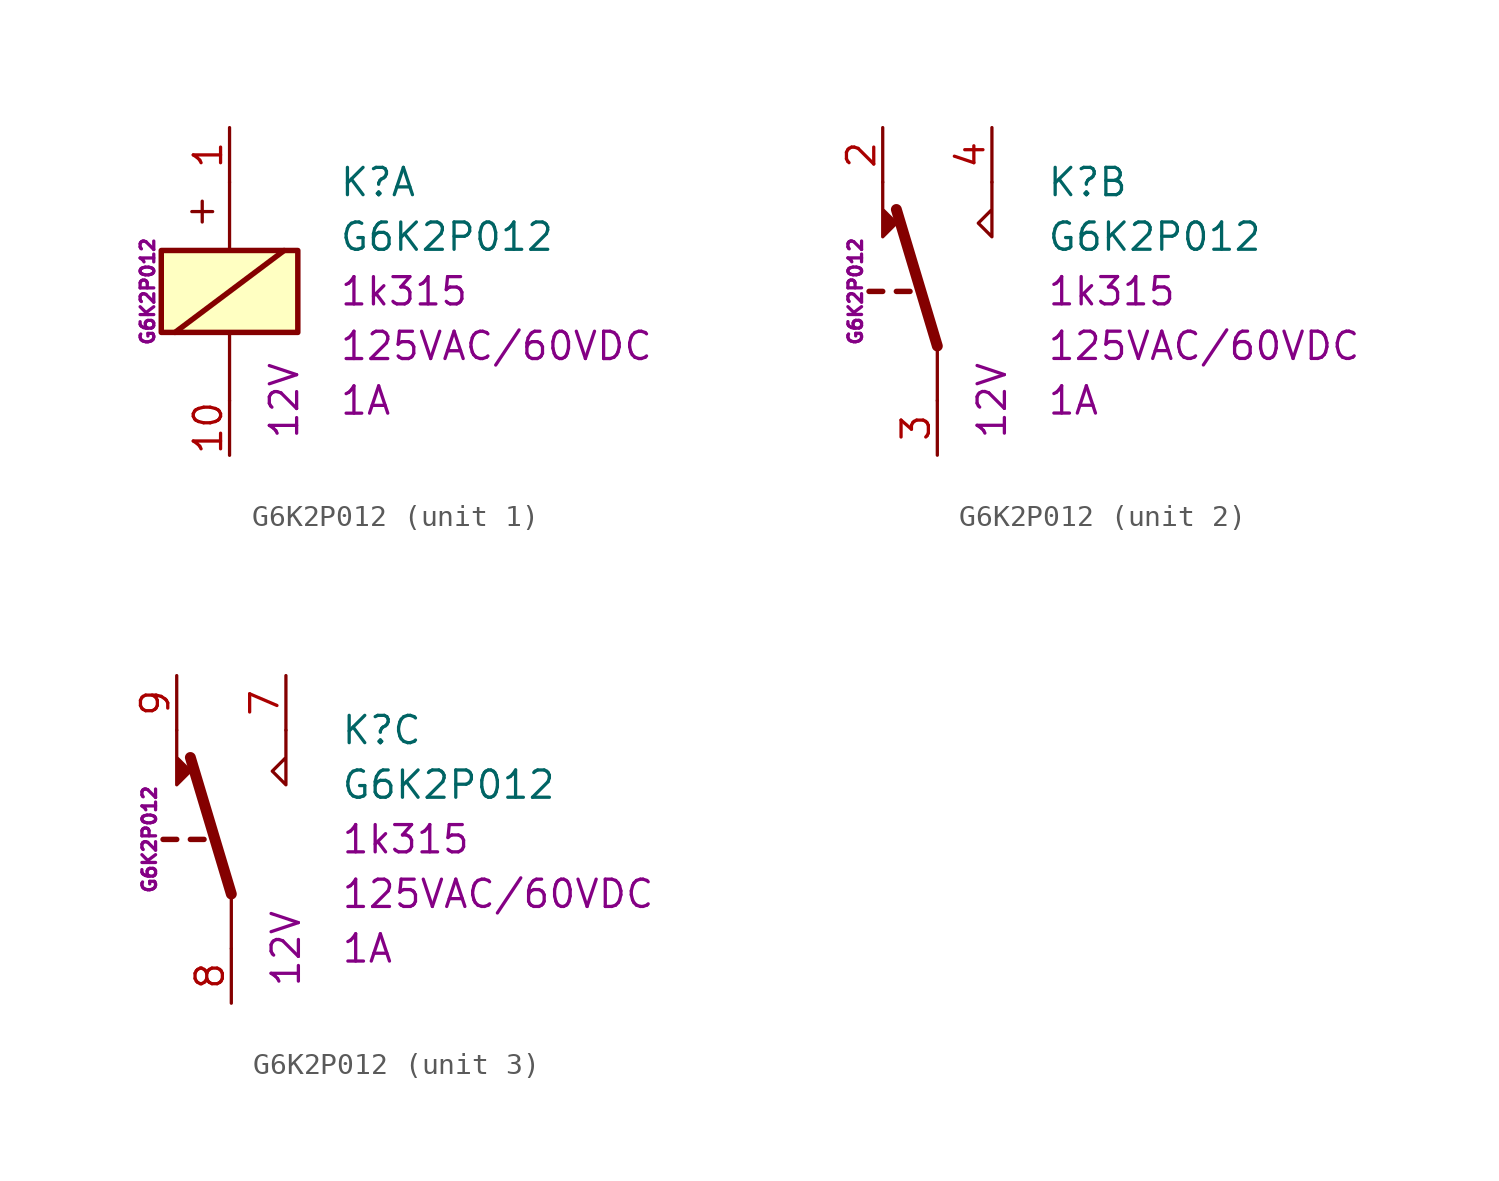
<source format=kicad_sym>
(kicad_symbol_lib
  (version 20231120)
  (generator "kicad_symbol_editor")
  (generator_version "8.0")
  (symbol "G6K2P012"
    (property "Reference" "K"
      (at 5.08 5.08 0)
      (effects (font (size 1.27 1.27)) (justify left)))
    (property "Value" "G6K2P012"
      (at 5.08 2.54 0)
      (effects (font (size 1.27 1.27)) (justify left)))
    (property "Coil.Voltage" "12V"
      (at 2.54 -5.08 90)
      (effects (font (size 1.27 1.27))))
    (property "Coil.Resistance" "1k315"
      (at 5.08 0 0)
      (effects (font (size 1.27 1.27)) (justify left)))
    (property "Switch.Voltage" "125VAC/60VDC"
      (at 5.08 -2.54 0)
      (effects (font (size 1.27 1.27)) (justify left)))
    (property "Switch.Current" "1A"
      (at 5.08 -5.08 0)
      (effects (font (size 1.27 1.27)) (justify left)))
    (property "MPN" "G6K2P012"
      (at -3.81 0 90)
      (effects (font (size 0.635 0.635))))
    (symbol "G6K2P012_1_0"
      (text "+" (at -1.27 3.81 0) (effects (font (size 1.27 1.27)))))
    (symbol "G6K2P012_1_1"
      (rectangle (start -3.175 1.905) (end 3.175 -1.905) (stroke (width 0.254) (type default)) (fill (type background)))
      (polyline (pts (xy -2.54 -1.905) (xy 2.54 1.905)) (stroke (width 0.254) (type default)) (fill (type none)))
      (polyline (pts (xy 0 -5.08) (xy 0 -1.905)) (stroke (width 0) (type default)) (fill (type none)))
      (polyline (pts (xy 0 5.08) (xy 0 1.905)) (stroke (width 0) (type default)) (fill (type none)))
      (pin passive line (at 0 7.62 270) (length 2.54) (name "~" (effects (font (size 1.27 1.27)))) (number "1" (effects (font (size 1.27 1.27)))))
      (pin passive line (at 0 -7.62 90) (length 2.54) (name "~" (effects (font (size 1.27 1.27)))) (number "10" (effects (font (size 1.27 1.27))))))
    (symbol "G6K2P012_2_1"
      (polyline (pts (xy -3.175 0) (xy -2.54 0)) (stroke (width 0.254) (type default)) (fill (type none)))
      (polyline (pts (xy -1.905 0) (xy -1.27 0)) (stroke (width 0.254) (type default)) (fill (type none)))
      (polyline (pts (xy 0 -2.54) (xy -1.905 3.81)) (stroke (width 0.508) (type default)) (fill (type none)))
      (polyline (pts (xy 0 -2.54) (xy 0 -5.08)) (stroke (width 0) (type default)) (fill (type none)))
      (polyline (pts (xy -2.54 5.08) (xy -2.54 2.54) (xy -1.905 3.175) (xy -2.54 3.81)) (stroke (width 0) (type default)) (fill (type outline)))
      (polyline (pts (xy 2.54 5.08) (xy 2.54 2.54) (xy 1.905 3.175) (xy 2.54 3.81)) (stroke (width 0) (type default)) (fill (type none)))
      (pin passive line (at -2.54 7.62 270) (length 2.54) (name "~" (effects (font (size 1.27 1.27)))) (number "2" (effects (font (size 1.27 1.27)))))
      (pin passive line (at 0 -7.62 90) (length 2.54) (name "~" (effects (font (size 1.27 1.27)))) (number "3" (effects (font (size 1.27 1.27)))))
      (pin passive line (at 2.54 7.62 270) (length 2.54) (name "~" (effects (font (size 1.27 1.27)))) (number "4" (effects (font (size 1.27 1.27))))))
    (symbol "G6K2P012_3_1"
      (polyline (pts (xy -3.175 0) (xy -2.54 0)) (stroke (width 0.254) (type default)) (fill (type none)))
      (polyline (pts (xy -1.905 0) (xy -1.27 0)) (stroke (width 0.254) (type default)) (fill (type none)))
      (polyline (pts (xy 0 -2.54) (xy -1.905 3.81)) (stroke (width 0.508) (type default)) (fill (type none)))
      (polyline (pts (xy 0 -2.54) (xy 0 -5.08)) (stroke (width 0) (type default)) (fill (type none)))
      (polyline (pts (xy -2.54 5.08) (xy -2.54 2.54) (xy -1.905 3.175) (xy -2.54 3.81)) (stroke (width 0) (type default)) (fill (type outline)))
      (polyline (pts (xy 2.54 5.08) (xy 2.54 2.54) (xy 1.905 3.175) (xy 2.54 3.81)) (stroke (width 0) (type default)) (fill (type none)))
      (pin passive line (at 2.54 7.62 270) (length 2.54) (name "~" (effects (font (size 1.27 1.27)))) (number "7" (effects (font (size 1.27 1.27)))))
      (pin passive line (at 0 -7.62 90) (length 2.54) (name "~" (effects (font (size 1.27 1.27)))) (number "8" (effects (font (size 1.27 1.27)))))
      (pin passive line (at -2.54 7.62 270) (length 2.54) (name "~" (effects (font (size 1.27 1.27)))) (number "9" (effects (font (size 1.27 1.27))))))))
</source>
